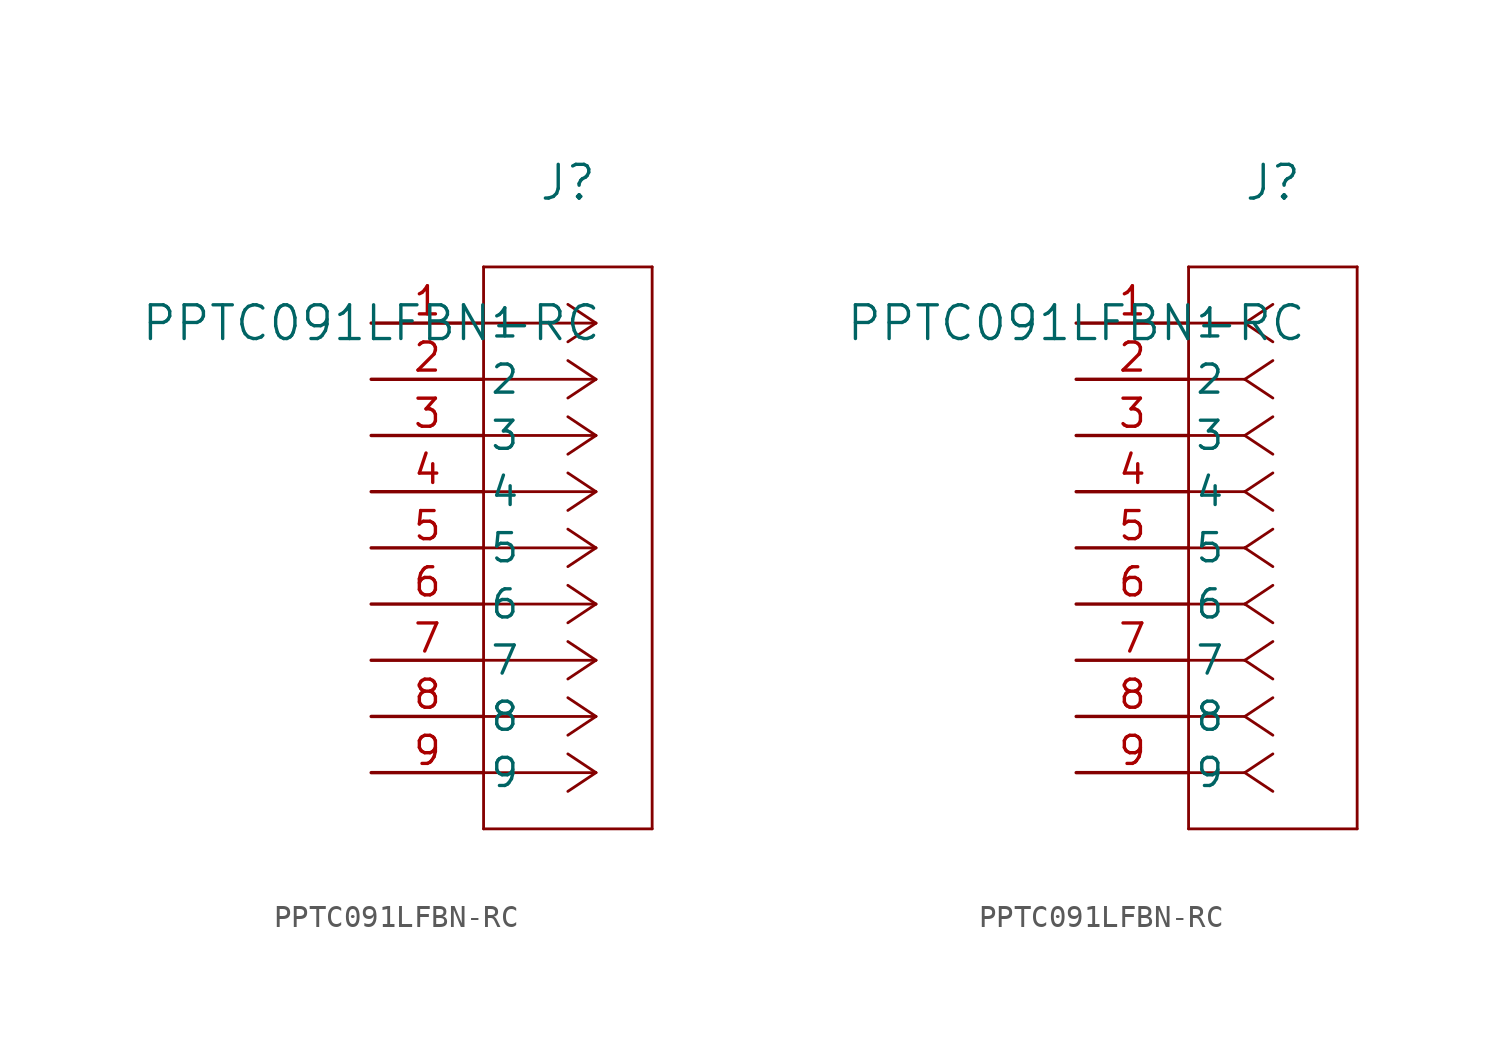
<source format=kicad_sym>
(kicad_symbol_lib
  (version 20211014)
  (generator kicad_symbol_editor)
  (symbol "PPTC091LFBN-RC"
    (pin_names
      (offset 0.254))
    (property "Reference" "J"
      (at 8.89 6.35 0)
      (effects (font (size 1.524 1.524))))
    (property "Value" "PPTC091LFBN-RC"
      (at 0 0 0)
      (effects (font (size 1.524 1.524))))
    (symbol "PPTC091LFBN-RC_1_1"
      (polyline (pts (xy 10.16 0) (xy 5.08 0)) (stroke (width 0.127) (type default) (color 0 0 0 0)) (fill (type none)))
      (polyline (pts (xy 10.16 -2.54) (xy 5.08 -2.54)) (stroke (width 0.127) (type default) (color 0 0 0 0)) (fill (type none)))
      (polyline (pts (xy 10.16 -5.08) (xy 5.08 -5.08)) (stroke (width 0.127) (type default) (color 0 0 0 0)) (fill (type none)))
      (polyline (pts (xy 10.16 -7.62) (xy 5.08 -7.62)) (stroke (width 0.127) (type default) (color 0 0 0 0)) (fill (type none)))
      (polyline (pts (xy 10.16 -10.16) (xy 5.08 -10.16)) (stroke (width 0.127) (type default) (color 0 0 0 0)) (fill (type none)))
      (polyline (pts (xy 10.16 -12.7) (xy 5.08 -12.7)) (stroke (width 0.127) (type default) (color 0 0 0 0)) (fill (type none)))
      (polyline (pts (xy 10.16 -15.24) (xy 5.08 -15.24)) (stroke (width 0.127) (type default) (color 0 0 0 0)) (fill (type none)))
      (polyline (pts (xy 10.16 -17.78) (xy 5.08 -17.78)) (stroke (width 0.127) (type default) (color 0 0 0 0)) (fill (type none)))
      (polyline (pts (xy 10.16 -20.32) (xy 5.08 -20.32)) (stroke (width 0.127) (type default) (color 0 0 0 0)) (fill (type none)))
      (polyline (pts (xy 10.16 0) (xy 8.89 0.847)) (stroke (width 0.127) (type default) (color 0 0 0 0)) (fill (type none)))
      (polyline (pts (xy 10.16 -2.54) (xy 8.89 -1.693)) (stroke (width 0.127) (type default) (color 0 0 0 0)) (fill (type none)))
      (polyline (pts (xy 10.16 -5.08) (xy 8.89 -4.233)) (stroke (width 0.127) (type default) (color 0 0 0 0)) (fill (type none)))
      (polyline (pts (xy 10.16 -7.62) (xy 8.89 -6.773)) (stroke (width 0.127) (type default) (color 0 0 0 0)) (fill (type none)))
      (polyline (pts (xy 10.16 -10.16) (xy 8.89 -9.313)) (stroke (width 0.127) (type default) (color 0 0 0 0)) (fill (type none)))
      (polyline (pts (xy 10.16 -12.7) (xy 8.89 -11.853)) (stroke (width 0.127) (type default) (color 0 0 0 0)) (fill (type none)))
      (polyline (pts (xy 10.16 -15.24) (xy 8.89 -14.393)) (stroke (width 0.127) (type default) (color 0 0 0 0)) (fill (type none)))
      (polyline (pts (xy 10.16 -17.78) (xy 8.89 -16.933)) (stroke (width 0.127) (type default) (color 0 0 0 0)) (fill (type none)))
      (polyline (pts (xy 10.16 -20.32) (xy 8.89 -19.473)) (stroke (width 0.127) (type default) (color 0 0 0 0)) (fill (type none)))
      (polyline (pts (xy 10.16 0) (xy 8.89 -0.847)) (stroke (width 0.127) (type default) (color 0 0 0 0)) (fill (type none)))
      (polyline (pts (xy 10.16 -2.54) (xy 8.89 -3.387)) (stroke (width 0.127) (type default) (color 0 0 0 0)) (fill (type none)))
      (polyline (pts (xy 10.16 -5.08) (xy 8.89 -5.927)) (stroke (width 0.127) (type default) (color 0 0 0 0)) (fill (type none)))
      (polyline (pts (xy 10.16 -7.62) (xy 8.89 -8.467)) (stroke (width 0.127) (type default) (color 0 0 0 0)) (fill (type none)))
      (polyline (pts (xy 10.16 -10.16) (xy 8.89 -11.007)) (stroke (width 0.127) (type default) (color 0 0 0 0)) (fill (type none)))
      (polyline (pts (xy 10.16 -12.7) (xy 8.89 -13.547)) (stroke (width 0.127) (type default) (color 0 0 0 0)) (fill (type none)))
      (polyline (pts (xy 10.16 -15.24) (xy 8.89 -16.087)) (stroke (width 0.127) (type default) (color 0 0 0 0)) (fill (type none)))
      (polyline (pts (xy 10.16 -17.78) (xy 8.89 -18.627)) (stroke (width 0.127) (type default) (color 0 0 0 0)) (fill (type none)))
      (polyline (pts (xy 10.16 -20.32) (xy 8.89 -21.167)) (stroke (width 0.127) (type default) (color 0 0 0 0)) (fill (type none)))
      (polyline (pts (xy 5.08 2.54) (xy 5.08 -22.86)) (stroke (width 0.127) (type default) (color 0 0 0 0)) (fill (type none)))
      (polyline (pts (xy 5.08 -22.86) (xy 12.7 -22.86)) (stroke (width 0.127) (type default) (color 0 0 0 0)) (fill (type none)))
      (polyline (pts (xy 12.7 -22.86) (xy 12.7 2.54)) (stroke (width 0.127) (type default) (color 0 0 0 0)) (fill (type none)))
      (polyline (pts (xy 12.7 2.54) (xy 5.08 2.54)) (stroke (width 0.127) (type default) (color 0 0 0 0)) (fill (type none)))
      (pin unspecified line (at 0 0 0) (length 5.08) (name "1" (effects (font (size 1.27 1.27)))) (number "1" (effects (font (size 1.27 1.27)))))
      (pin unspecified line (at 0 -2.54 0) (length 5.08) (name "2" (effects (font (size 1.27 1.27)))) (number "2" (effects (font (size 1.27 1.27)))))
      (pin unspecified line (at 0 -5.08 0) (length 5.08) (name "3" (effects (font (size 1.27 1.27)))) (number "3" (effects (font (size 1.27 1.27)))))
      (pin unspecified line (at 0 -7.62 0) (length 5.08) (name "4" (effects (font (size 1.27 1.27)))) (number "4" (effects (font (size 1.27 1.27)))))
      (pin unspecified line (at 0 -10.16 0) (length 5.08) (name "5" (effects (font (size 1.27 1.27)))) (number "5" (effects (font (size 1.27 1.27)))))
      (pin unspecified line (at 0 -12.7 0) (length 5.08) (name "6" (effects (font (size 1.27 1.27)))) (number "6" (effects (font (size 1.27 1.27)))))
      (pin unspecified line (at 0 -15.24 0) (length 5.08) (name "7" (effects (font (size 1.27 1.27)))) (number "7" (effects (font (size 1.27 1.27)))))
      (pin unspecified line (at 0 -17.78 0) (length 5.08) (name "8" (effects (font (size 1.27 1.27)))) (number "8" (effects (font (size 1.27 1.27)))))
      (pin unspecified line (at 0 -20.32 0) (length 5.08) (name "9" (effects (font (size 1.27 1.27)))) (number "9" (effects (font (size 1.27 1.27))))))
    (symbol "PPTC091LFBN-RC_1_2"
      (polyline (pts (xy 7.62 0) (xy 5.08 0)) (stroke (width 0.127) (type default) (color 0 0 0 0)) (fill (type none)))
      (polyline (pts (xy 7.62 -2.54) (xy 5.08 -2.54)) (stroke (width 0.127) (type default) (color 0 0 0 0)) (fill (type none)))
      (polyline (pts (xy 7.62 -5.08) (xy 5.08 -5.08)) (stroke (width 0.127) (type default) (color 0 0 0 0)) (fill (type none)))
      (polyline (pts (xy 7.62 -7.62) (xy 5.08 -7.62)) (stroke (width 0.127) (type default) (color 0 0 0 0)) (fill (type none)))
      (polyline (pts (xy 7.62 -10.16) (xy 5.08 -10.16)) (stroke (width 0.127) (type default) (color 0 0 0 0)) (fill (type none)))
      (polyline (pts (xy 7.62 -12.7) (xy 5.08 -12.7)) (stroke (width 0.127) (type default) (color 0 0 0 0)) (fill (type none)))
      (polyline (pts (xy 7.62 -15.24) (xy 5.08 -15.24)) (stroke (width 0.127) (type default) (color 0 0 0 0)) (fill (type none)))
      (polyline (pts (xy 7.62 -17.78) (xy 5.08 -17.78)) (stroke (width 0.127) (type default) (color 0 0 0 0)) (fill (type none)))
      (polyline (pts (xy 7.62 -20.32) (xy 5.08 -20.32)) (stroke (width 0.127) (type default) (color 0 0 0 0)) (fill (type none)))
      (polyline (pts (xy 7.62 0) (xy 8.89 0.847)) (stroke (width 0.127) (type default) (color 0 0 0 0)) (fill (type none)))
      (polyline (pts (xy 7.62 -2.54) (xy 8.89 -1.693)) (stroke (width 0.127) (type default) (color 0 0 0 0)) (fill (type none)))
      (polyline (pts (xy 7.62 -5.08) (xy 8.89 -4.233)) (stroke (width 0.127) (type default) (color 0 0 0 0)) (fill (type none)))
      (polyline (pts (xy 7.62 -7.62) (xy 8.89 -6.773)) (stroke (width 0.127) (type default) (color 0 0 0 0)) (fill (type none)))
      (polyline (pts (xy 7.62 -10.16) (xy 8.89 -9.313)) (stroke (width 0.127) (type default) (color 0 0 0 0)) (fill (type none)))
      (polyline (pts (xy 7.62 -12.7) (xy 8.89 -11.853)) (stroke (width 0.127) (type default) (color 0 0 0 0)) (fill (type none)))
      (polyline (pts (xy 7.62 -15.24) (xy 8.89 -14.393)) (stroke (width 0.127) (type default) (color 0 0 0 0)) (fill (type none)))
      (polyline (pts (xy 7.62 -17.78) (xy 8.89 -16.933)) (stroke (width 0.127) (type default) (color 0 0 0 0)) (fill (type none)))
      (polyline (pts (xy 7.62 -20.32) (xy 8.89 -19.473)) (stroke (width 0.127) (type default) (color 0 0 0 0)) (fill (type none)))
      (polyline (pts (xy 7.62 0) (xy 8.89 -0.847)) (stroke (width 0.127) (type default) (color 0 0 0 0)) (fill (type none)))
      (polyline (pts (xy 7.62 -2.54) (xy 8.89 -3.387)) (stroke (width 0.127) (type default) (color 0 0 0 0)) (fill (type none)))
      (polyline (pts (xy 7.62 -5.08) (xy 8.89 -5.927)) (stroke (width 0.127) (type default) (color 0 0 0 0)) (fill (type none)))
      (polyline (pts (xy 7.62 -7.62) (xy 8.89 -8.467)) (stroke (width 0.127) (type default) (color 0 0 0 0)) (fill (type none)))
      (polyline (pts (xy 7.62 -10.16) (xy 8.89 -11.007)) (stroke (width 0.127) (type default) (color 0 0 0 0)) (fill (type none)))
      (polyline (pts (xy 7.62 -12.7) (xy 8.89 -13.547)) (stroke (width 0.127) (type default) (color 0 0 0 0)) (fill (type none)))
      (polyline (pts (xy 7.62 -15.24) (xy 8.89 -16.087)) (stroke (width 0.127) (type default) (color 0 0 0 0)) (fill (type none)))
      (polyline (pts (xy 7.62 -17.78) (xy 8.89 -18.627)) (stroke (width 0.127) (type default) (color 0 0 0 0)) (fill (type none)))
      (polyline (pts (xy 7.62 -20.32) (xy 8.89 -21.167)) (stroke (width 0.127) (type default) (color 0 0 0 0)) (fill (type none)))
      (polyline (pts (xy 5.08 2.54) (xy 5.08 -22.86)) (stroke (width 0.127) (type default) (color 0 0 0 0)) (fill (type none)))
      (polyline (pts (xy 5.08 -22.86) (xy 12.7 -22.86)) (stroke (width 0.127) (type default) (color 0 0 0 0)) (fill (type none)))
      (polyline (pts (xy 12.7 -22.86) (xy 12.7 2.54)) (stroke (width 0.127) (type default) (color 0 0 0 0)) (fill (type none)))
      (polyline (pts (xy 12.7 2.54) (xy 5.08 2.54)) (stroke (width 0.127) (type default) (color 0 0 0 0)) (fill (type none)))
      (pin unspecified line (at 0 0 0) (length 5.08) (name "1" (effects (font (size 1.27 1.27)))) (number "1" (effects (font (size 1.27 1.27)))))
      (pin unspecified line (at 0 -2.54 0) (length 5.08) (name "2" (effects (font (size 1.27 1.27)))) (number "2" (effects (font (size 1.27 1.27)))))
      (pin unspecified line (at 0 -5.08 0) (length 5.08) (name "3" (effects (font (size 1.27 1.27)))) (number "3" (effects (font (size 1.27 1.27)))))
      (pin unspecified line (at 0 -7.62 0) (length 5.08) (name "4" (effects (font (size 1.27 1.27)))) (number "4" (effects (font (size 1.27 1.27)))))
      (pin unspecified line (at 0 -10.16 0) (length 5.08) (name "5" (effects (font (size 1.27 1.27)))) (number "5" (effects (font (size 1.27 1.27)))))
      (pin unspecified line (at 0 -12.7 0) (length 5.08) (name "6" (effects (font (size 1.27 1.27)))) (number "6" (effects (font (size 1.27 1.27)))))
      (pin unspecified line (at 0 -15.24 0) (length 5.08) (name "7" (effects (font (size 1.27 1.27)))) (number "7" (effects (font (size 1.27 1.27)))))
      (pin unspecified line (at 0 -17.78 0) (length 5.08) (name "8" (effects (font (size 1.27 1.27)))) (number "8" (effects (font (size 1.27 1.27)))))
      (pin unspecified line (at 0 -20.32 0) (length 5.08) (name "9" (effects (font (size 1.27 1.27)))) (number "9" (effects (font (size 1.27 1.27))))))))
</source>
